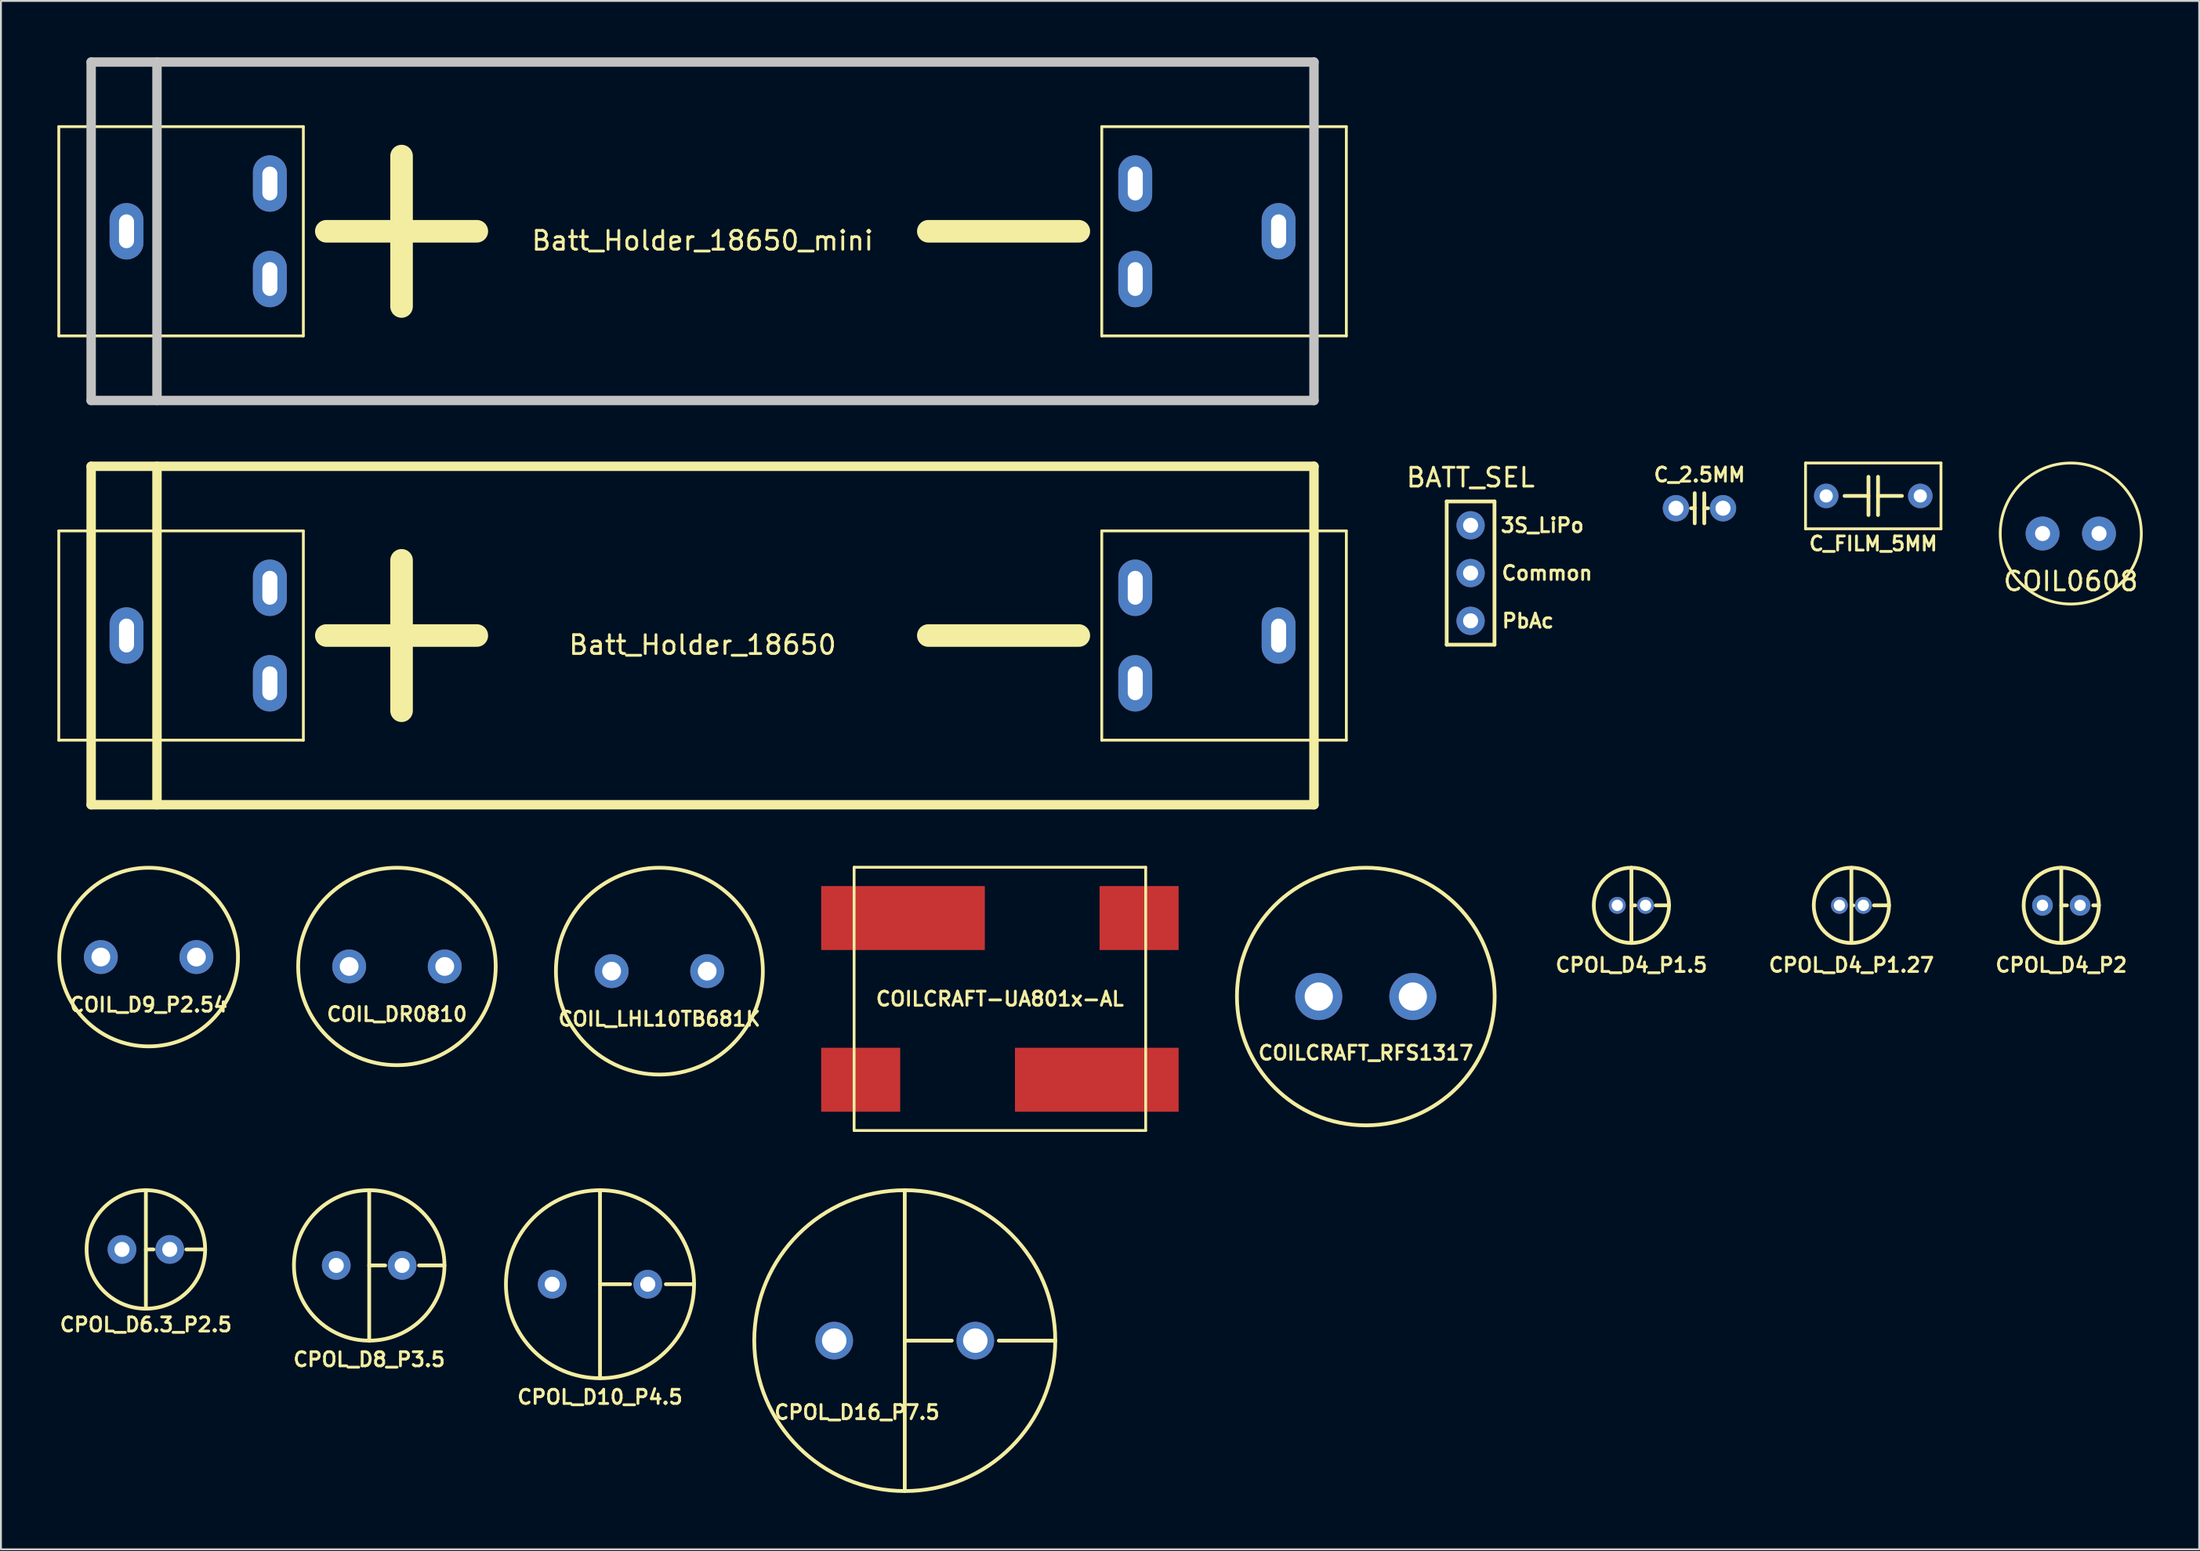
<source format=kicad_pcb>
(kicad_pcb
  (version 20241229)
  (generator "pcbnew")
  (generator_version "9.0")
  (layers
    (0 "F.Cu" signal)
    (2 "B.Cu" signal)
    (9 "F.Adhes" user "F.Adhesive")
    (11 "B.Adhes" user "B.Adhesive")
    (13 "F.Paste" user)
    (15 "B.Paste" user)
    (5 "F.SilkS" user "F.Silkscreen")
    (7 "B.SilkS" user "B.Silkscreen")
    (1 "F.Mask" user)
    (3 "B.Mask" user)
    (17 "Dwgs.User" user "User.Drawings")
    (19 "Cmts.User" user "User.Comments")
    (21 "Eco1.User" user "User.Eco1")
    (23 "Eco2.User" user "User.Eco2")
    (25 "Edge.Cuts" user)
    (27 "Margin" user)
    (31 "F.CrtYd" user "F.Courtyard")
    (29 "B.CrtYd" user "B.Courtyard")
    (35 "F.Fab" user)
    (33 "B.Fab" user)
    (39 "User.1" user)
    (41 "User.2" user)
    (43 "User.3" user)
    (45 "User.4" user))
  (footprint "CPOL_D6.3_P2.5"
    (layer "F.Cu")
    (at 4.704 63.4)
    (property "Reference" "CPOL_D6.3_P2.5" (at 0 4 0) (layer "F.SilkS") (effects (font (size 0.75 0.75) (thickness 0.15))))
    (attr through_hole)
    (fp_line (start 0 -3.15) (end 0 3.15) (stroke (width 0.2) (type solid)) (layer "F.SilkS"))
    (fp_line (start 0 0) (end 0.4 0) (stroke (width 0.2) (type solid)) (layer "F.SilkS"))
    (fp_line (start 3.15 0) (end 2.15 0) (stroke (width 0.2) (type solid)) (layer "F.SilkS"))
    (fp_circle (center 0 0) (end 3.15 0) (stroke (width 0.2) (type solid)) (fill no) (layer "F.SilkS"))
    (pad "1" thru_hole circle (at -1.27 0) (size 1.524 1.524) (drill 0.8) (layers "*.Cu" "*.Mask"))
    (pad "2" thru_hole circle (at 1.27 0) (size 1.524 1.524) (drill 0.8) (layers "*.Cu" "*.Mask")))
  (footprint "Batt_Holder_18650_mini"
    (layer "F.Cu")
    (at 34.295 9.25)
    (property "Reference" "Batt_Holder_18650_mini" (at 0 0.5 0) (layer "F.SilkS") (effects (font (size 1 1) (thickness 0.15))))
    (attr through_hole)
    (fp_line (start -34.22 -5.565) (end -21.22 -5.565) (stroke (width 0.15) (type solid)) (layer "F.SilkS"))
    (fp_line (start -34.22 5.565) (end -34.22 -5.565) (stroke (width 0.15) (type solid)) (layer "F.SilkS"))
    (fp_line (start -21.22 -5.565) (end -21.22 5.565) (stroke (width 0.15) (type solid)) (layer "F.SilkS"))
    (fp_line (start -21.22 5.565) (end -34.22 5.565) (stroke (width 0.15) (type solid)) (layer "F.SilkS"))
    (fp_line (start -20 0) (end -12 0) (stroke (width 1.2) (type solid)) (layer "F.SilkS"))
    (fp_line (start -16 -4) (end -16 4) (stroke (width 1.2) (type solid)) (layer "F.SilkS"))
    (fp_line (start 12 0) (end 20 0) (stroke (width 1.2) (type solid)) (layer "F.SilkS"))
    (fp_line (start 21.22 -5.565) (end 21.22 5.565) (stroke (width 0.15) (type solid)) (layer "F.SilkS"))
    (fp_line (start 34.22 -5.565) (end 21.22 -5.565) (stroke (width 0.15) (type solid)) (layer "F.SilkS"))
    (fp_line (start 34.22 -5.565) (end 34.22 5.565) (stroke (width 0.15) (type solid)) (layer "F.SilkS"))
    (fp_line (start 34.22 5.565) (end 21.22 5.565) (stroke (width 0.15) (type solid)) (layer "F.SilkS"))
    (fp_line (start -32.5 -9) (end 32.5 -9) (stroke (width 0.5) (type solid)) (layer "Dwgs.User"))
    (fp_line (start -32.5 9) (end -32.5 -9) (stroke (width 0.5) (type solid)) (layer "Dwgs.User"))
    (fp_line (start -29 -9) (end -29 9) (stroke (width 0.5) (type solid)) (layer "Dwgs.User"))
    (fp_line (start 32.5 -9) (end 32.5 9) (stroke (width 0.5) (type solid)) (layer "Dwgs.User"))
    (fp_line (start 32.5 9) (end -32.5 9) (stroke (width 0.5) (type solid)) (layer "Dwgs.User"))
    (pad "1" thru_hole oval (at -30.62 0) (size 1.8 3) (drill oval 0.8 1.8) (layers "*.Cu" "*.Mask"))
    (pad "1" thru_hole oval (at -23 -2.54) (size 1.8 3) (drill oval 0.8 1.8) (layers "*.Cu" "*.Mask"))
    (pad "1" thru_hole oval (at -23 2.54) (size 1.8 3) (drill oval 0.8 1.8) (layers "*.Cu" "*.Mask"))
    (pad "2" thru_hole oval (at 23 -2.54) (size 1.8 3) (drill oval 0.8 1.8) (layers "*.Cu" "*.Mask"))
    (pad "2" thru_hole oval (at 23 2.54) (size 1.8 3) (drill oval 0.8 1.8) (layers "*.Cu" "*.Mask"))
    (pad "2" thru_hole oval (at 30.62 0) (size 1.8 3) (drill oval 0.8 1.8) (layers "*.Cu" "*.Mask")))
  (footprint "CPOL_D16_P7.5"
    (layer "F.Cu")
    (at 45.043 68.25)
    (property "Reference" "CPOL_D16_P7.5" (at -2.54 3.81 0) (layer "F.SilkS") (effects (font (size 0.75 0.75) (thickness 0.15))))
    (attr through_hole)
    (fp_line (start 0 -8) (end 0 8) (stroke (width 0.2) (type solid)) (layer "F.SilkS"))
    (fp_line (start 0 0) (end 2.5 0) (stroke (width 0.2) (type solid)) (layer "F.SilkS"))
    (fp_line (start 8 0) (end 5 0) (stroke (width 0.2) (type solid)) (layer "F.SilkS"))
    (fp_circle (center 0 0) (end 8 0) (stroke (width 0.2) (type solid)) (fill no) (layer "F.SilkS"))
    (pad "1" thru_hole circle (at -3.75 0) (size 2 2) (drill 1.3) (layers "*.Cu" "*.Mask"))
    (pad "2" thru_hole circle (at 3.75 0) (size 2 2) (drill 1.3) (layers "*.Cu" "*.Mask")))
  (footprint "COILCRAFT-UA801x-AL"
    (layer "F.Cu")
    (at 50.1 50.075)
    (property "Reference" "COILCRAFT-UA801x-AL" (at 0 0 0) (layer "F.SilkS") (effects (font (size 0.75 0.75) (thickness 0.15))))
    (attr through_hole)
    (fp_line (start -7.75 -7) (end 7.75 -7) (stroke (width 0.15) (type solid)) (layer "F.SilkS"))
    (fp_line (start -7.75 7) (end -7.75 -7) (stroke (width 0.15) (type solid)) (layer "F.SilkS"))
    (fp_line (start 7.75 -7) (end 7.75 7) (stroke (width 0.15) (type solid)) (layer "F.SilkS"))
    (fp_line (start 7.75 7) (end -7.75 7) (stroke (width 0.15) (type solid)) (layer "F.SilkS"))
    (pad "1" smd rect (at -5.15 -4.3) (size 8.7 3.4) (layers "F.Cu" "F.Mask" "F.Paste"))
    (pad "2" smd rect (at -7.4 4.3) (size 4.2 3.4) (layers "F.Cu" "F.Mask" "F.Paste"))
    (pad "3" smd rect (at 5.15 4.3) (size 8.7 3.4) (layers "F.Cu" "F.Mask" "F.Paste"))
    (pad "4" smd rect (at 7.4 -4.3) (size 4.2 3.4) (layers "F.Cu" "F.Mask" "F.Paste")))
  (footprint "COIL_LHL10TB681K"
    (layer "F.Cu")
    (at 32 48.6)
    (property "Reference" "COIL_LHL10TB681K" (at 0 2.54 0) (layer "F.SilkS") (effects (font (size 0.75 0.75) (thickness 0.15))))
    (attr through_hole)
    (fp_circle (center 0 0) (end 5.5 0) (stroke (width 0.2) (type solid)) (fill no) (layer "F.SilkS"))
    (pad "1" thru_hole circle (at -2.54 0) (size 1.8 1.8) (drill 1) (layers "*.Cu" "*.Mask"))
    (pad "2" thru_hole circle (at 2.54 0) (size 1.8 1.8) (drill 1) (layers "*.Cu" "*.Mask")))
  (footprint "Batt_Holder_18650"
    (layer "F.Cu")
    (at 34.295 30.75)
    (property "Reference" "Batt_Holder_18650" (at 0 0.5 0) (layer "F.SilkS") (effects (font (size 1 1) (thickness 0.15))))
    (attr through_hole)
    (fp_line (start -34.22 -5.565) (end -21.22 -5.565) (stroke (width 0.15) (type solid)) (layer "F.SilkS"))
    (fp_line (start -34.22 5.565) (end -34.22 -5.565) (stroke (width 0.15) (type solid)) (layer "F.SilkS"))
    (fp_line (start -32.5 -9) (end 32.5 -9) (stroke (width 0.5) (type solid)) (layer "F.SilkS"))
    (fp_line (start -32.5 9) (end -32.5 -9) (stroke (width 0.5) (type solid)) (layer "F.SilkS"))
    (fp_line (start -29 -9) (end -29 9) (stroke (width 0.5) (type solid)) (layer "F.SilkS"))
    (fp_line (start -21.22 -5.565) (end -21.22 5.565) (stroke (width 0.15) (type solid)) (layer "F.SilkS"))
    (fp_line (start -21.22 5.565) (end -34.22 5.565) (stroke (width 0.15) (type solid)) (layer "F.SilkS"))
    (fp_line (start -20 0) (end -12 0) (stroke (width 1.2) (type solid)) (layer "F.SilkS"))
    (fp_line (start -16 -4) (end -16 4) (stroke (width 1.2) (type solid)) (layer "F.SilkS"))
    (fp_line (start 12 0) (end 20 0) (stroke (width 1.2) (type solid)) (layer "F.SilkS"))
    (fp_line (start 21.22 -5.565) (end 21.22 5.565) (stroke (width 0.15) (type solid)) (layer "F.SilkS"))
    (fp_line (start 32.5 -9) (end 32.5 9) (stroke (width 0.5) (type solid)) (layer "F.SilkS"))
    (fp_line (start 32.5 9) (end -32.5 9) (stroke (width 0.5) (type solid)) (layer "F.SilkS"))
    (fp_line (start 34.22 -5.565) (end 21.22 -5.565) (stroke (width 0.15) (type solid)) (layer "F.SilkS"))
    (fp_line (start 34.22 -5.565) (end 34.22 5.565) (stroke (width 0.15) (type solid)) (layer "F.SilkS"))
    (fp_line (start 34.22 5.565) (end 21.22 5.565) (stroke (width 0.15) (type solid)) (layer "F.SilkS"))
    (pad "1" thru_hole oval (at -30.62 0) (size 1.8 3) (drill oval 0.8 1.8) (layers "*.Cu" "*.Mask"))
    (pad "1" thru_hole oval (at -23 -2.54) (size 1.8 3) (drill oval 0.8 1.8) (layers "*.Cu" "*.Mask"))
    (pad "1" thru_hole oval (at -23 2.54) (size 1.8 3) (drill oval 0.8 1.8) (layers "*.Cu" "*.Mask"))
    (pad "2" thru_hole oval (at 23 -2.54) (size 1.8 3) (drill oval 0.8 1.8) (layers "*.Cu" "*.Mask"))
    (pad "2" thru_hole oval (at 23 2.54) (size 1.8 3) (drill oval 0.8 1.8) (layers "*.Cu" "*.Mask"))
    (pad "2" thru_hole oval (at 30.62 0) (size 1.8 3) (drill oval 0.8 1.8) (layers "*.Cu" "*.Mask")))
  (footprint "BATT_SEL"
    (layer "F.Cu")
    (at 75.12 27.428)
    (property "Reference" "BATT_SEL" (at 0 -5.08 0) (layer "F.SilkS") (effects (font (size 1 1) (thickness 0.15))))
    (attr through_hole)
    (fp_line (start -1.27 -3.81) (end -1.27 3.81) (stroke (width 0.2) (type solid)) (layer "F.SilkS"))
    (fp_line (start -1.27 -3.81) (end 1.27 -3.81) (stroke (width 0.2) (type solid)) (layer "F.SilkS"))
    (fp_line (start 1.27 -3.81) (end 1.27 3.81) (stroke (width 0.2) (type solid)) (layer "F.SilkS"))
    (fp_line (start 1.27 3.81) (end -1.27 3.81) (stroke (width 0.2) (type solid)) (layer "F.SilkS"))
    (fp_text user "PbAc" (at 3.048 2.54 0) (layer "F.SilkS") (effects (font (size 0.75 0.75) (thickness 0.15))))
    (fp_text user "3S_LiPo" (at 3.81 -2.54 0) (layer "F.SilkS") (effects (font (size 0.75 0.75) (thickness 0.15))))
    (fp_text user "Common" (at 4.064 0 0) (layer "F.SilkS") (effects (font (size 0.75 0.75) (thickness 0.15))))
    (pad "1" thru_hole circle (at 0 -2.54) (size 1.5 1.5) (drill 0.8) (layers "*.Cu" "*.Mask"))
    (pad "2" thru_hole circle (at 0 0) (size 1.5 1.5) (drill 0.8) (layers "*.Cu" "*.Mask"))
    (pad "3" thru_hole circle (at 0 2.54) (size 1.5 1.5) (drill 0.8) (layers "*.Cu" "*.Mask")))
  (footprint "CPOL_D10_P4.5"
    (layer "F.Cu")
    (at 28.843 65.25)
    (property "Reference" "CPOL_D10_P4.5" (at 0 6 0) (layer "F.SilkS") (effects (font (size 0.75 0.75) (thickness 0.15))))
    (attr through_hole)
    (fp_line (start 0 -5) (end 0 5) (stroke (width 0.2) (type solid)) (layer "F.SilkS"))
    (fp_line (start 0 0) (end 1.6 0) (stroke (width 0.2) (type solid)) (layer "F.SilkS"))
    (fp_line (start 5 0) (end 3.5 0) (stroke (width 0.2) (type solid)) (layer "F.SilkS"))
    (fp_circle (center 0 0) (end 5 0) (stroke (width 0.2) (type solid)) (fill no) (layer "F.SilkS"))
    (pad "1" thru_hole circle (at -2.54 0) (size 1.524 1.524) (drill 0.8) (layers "*.Cu" "*.Mask"))
    (pad "2" thru_hole circle (at 2.54 0) (size 1.524 1.524) (drill 0.8) (layers "*.Cu" "*.Mask")))
  (footprint "COIL_D9_P2.54"
    (layer "F.Cu")
    (at 4.85 47.85)
    (property "Reference" "COIL_D9_P2.54" (at 0 2.54 0) (layer "F.SilkS") (effects (font (size 0.75 0.75) (thickness 0.15))))
    (attr through_hole)
    (fp_circle (center 0 0) (end 4.75 0) (stroke (width 0.2) (type solid)) (fill no) (layer "F.SilkS"))
    (pad "1" thru_hole circle (at -2.54 0) (size 1.8 1.8) (drill 1) (layers "*.Cu" "*.Mask"))
    (pad "2" thru_hole circle (at 2.54 0) (size 1.8 1.8) (drill 1) (layers "*.Cu" "*.Mask")))
  (footprint "C_2.5MM"
    (layer "F.Cu")
    (at 87.287 23.98)
    (property "Reference" "C_2.5MM" (at 0 -1.778 0) (layer "F.SilkS") (effects (font (size 0.75 0.75) (thickness 0.15))))
    (attr through_hole)
    (fp_line (start -0.254 -0.8) (end -0.254 0.8) (stroke (width 0.2) (type solid)) (layer "F.SilkS"))
    (fp_line (start -0.254 0) (end -0.45 0) (stroke (width 0.2) (type solid)) (layer "F.SilkS"))
    (fp_line (start 0.254 -0.8) (end 0.254 0.8) (stroke (width 0.2) (type solid)) (layer "F.SilkS"))
    (fp_line (start 0.254 0) (end 0.45 0) (stroke (width 0.2) (type solid)) (layer "F.SilkS"))
    (pad "1" thru_hole circle (at -1.25 0) (size 1.4 1.4) (drill 0.8) (layers "*.Cu" "*.Mask"))
    (pad "2" thru_hole circle (at 1.25 0) (size 1.4 1.4) (drill 0.8) (layers "*.Cu" "*.Mask")))
  (footprint "CPOL_D4_P2"
    (layer "F.Cu")
    (at 106.518 45.1)
    (property "Reference" "CPOL_D4_P2" (at 0 3.175 0) (layer "F.SilkS") (effects (font (size 0.75 0.75) (thickness 0.15))))
    (attr through_hole)
    (fp_line (start 0 -2) (end 0 2) (stroke (width 0.2) (type solid)) (layer "F.SilkS"))
    (fp_line (start 0 0) (end 0.3 0) (stroke (width 0.2) (type solid)) (layer "F.SilkS"))
    (fp_line (start 1.7 0) (end 2 0) (stroke (width 0.2) (type solid)) (layer "F.SilkS"))
    (fp_circle (center 0 0) (end 2 0) (stroke (width 0.2) (type solid)) (fill no) (layer "F.SilkS"))
    (pad "1" thru_hole circle (at -1 0) (size 1.1 1.1) (drill 0.6) (layers "*.Cu" "*.Mask"))
    (pad "2" thru_hole circle (at 1 0) (size 1.1 1.1) (drill 0.6) (layers "*.Cu" "*.Mask")))
  (footprint "CPOL_D8_P3.5"
    (layer "F.Cu")
    (at 16.575 64.25)
    (property "Reference" "CPOL_D8_P3.5" (at 0 5 0) (layer "F.SilkS") (effects (font (size 0.75 0.75) (thickness 0.15))))
    (attr through_hole)
    (fp_line (start 0 -4) (end 0 4) (stroke (width 0.2) (type solid)) (layer "F.SilkS"))
    (fp_line (start 0 0) (end 0.85 0) (stroke (width 0.2) (type solid)) (layer "F.SilkS"))
    (fp_line (start 4 0) (end 2.65 0) (stroke (width 0.2) (type solid)) (layer "F.SilkS"))
    (fp_circle (center 0 0) (end 4 0) (stroke (width 0.2) (type solid)) (fill no) (layer "F.SilkS"))
    (pad "1" thru_hole circle (at -1.75 0) (size 1.524 1.524) (drill 0.8) (layers "*.Cu" "*.Mask"))
    (pad "2" thru_hole circle (at 1.75 0) (size 1.524 1.524) (drill 0.8) (layers "*.Cu" "*.Mask")))
  (footprint "CPOL_D4_P1.27"
    (layer "F.Cu")
    (at 95.361 45.1)
    (property "Reference" "CPOL_D4_P1.27" (at 0 3.175 0) (layer "F.SilkS") (effects (font (size 0.75 0.75) (thickness 0.15))))
    (attr through_hole)
    (fp_line (start 0 -2) (end 0 2) (stroke (width 0.2) (type solid)) (layer "F.SilkS"))
    (fp_line (start 0 0) (end 0.1 0) (stroke (width 0.2) (type solid)) (layer "F.SilkS"))
    (fp_line (start 1.2 0) (end 2 0) (stroke (width 0.2) (type solid)) (layer "F.SilkS"))
    (fp_circle (center 0 0) (end 2 0) (stroke (width 0.2) (type solid)) (fill no) (layer "F.SilkS"))
    (pad "1" thru_hole circle (at -0.635 0) (size 0.9 0.9) (drill 0.6) (layers "*.Cu" "*.Mask"))
    (pad "2" thru_hole circle (at 0.635 0) (size 0.9 0.9) (drill 0.6) (layers "*.Cu" "*.Mask")))
  (footprint "COIL_DR0810"
    (layer "F.Cu")
    (at 18.05 48.35)
    (property "Reference" "COIL_DR0810" (at 0 2.54 0) (layer "F.SilkS") (effects (font (size 0.75 0.75) (thickness 0.15))))
    (attr through_hole)
    (fp_circle (center 0 0) (end 5.25 0) (stroke (width 0.2) (type solid)) (fill no) (layer "F.SilkS"))
    (pad "1" thru_hole circle (at -2.54 0) (size 1.8 1.8) (drill 1) (layers "*.Cu" "*.Mask"))
    (pad "2" thru_hole circle (at 2.54 0) (size 1.8 1.8) (drill 1) (layers "*.Cu" "*.Mask")))
  (footprint "C_FILM_5MM"
    (layer "F.Cu")
    (at 96.523 23.325)
    (property "Reference" "C_FILM_5MM" (at 0 2.54 0) (layer "F.SilkS") (effects (font (size 0.75 0.75) (thickness 0.15))))
    (attr through_hole)
    (fp_line (start -3.6 -1.75) (end -3.6 1.75) (stroke (width 0.15) (type solid)) (layer "F.SilkS"))
    (fp_line (start -3.6 1.75) (end 3.6 1.75) (stroke (width 0.15) (type solid)) (layer "F.SilkS"))
    (fp_line (start -0.254 -1.016) (end -0.254 1.016) (stroke (width 0.2) (type solid)) (layer "F.SilkS"))
    (fp_line (start -0.254 0) (end -1.524 0) (stroke (width 0.2) (type solid)) (layer "F.SilkS"))
    (fp_line (start 0.254 -1.016) (end 0.254 1.016) (stroke (width 0.2) (type solid)) (layer "F.SilkS"))
    (fp_line (start 0.254 0) (end 1.524 0) (stroke (width 0.2) (type solid)) (layer "F.SilkS"))
    (fp_line (start 3.6 -1.75) (end -3.6 -1.75) (stroke (width 0.15) (type solid)) (layer "F.SilkS"))
    (fp_line (start 3.6 1.75) (end 3.6 -1.75) (stroke (width 0.15) (type solid)) (layer "F.SilkS"))
    (pad "1" thru_hole circle (at -2.5 0) (size 1.3 1.3) (drill 0.7) (layers "*.Cu" "*.Mask"))
    (pad "2" thru_hole circle (at 2.5 0) (size 1.3 1.3) (drill 0.7) (layers "*.Cu" "*.Mask")))
  (footprint "COIL0608"
    (layer "F.Cu")
    (at 107.023 25.325)
    (property "Reference" "COIL0608" (at 0 2.54 0) (layer "F.SilkS") (effects (font (size 1 1) (thickness 0.15))))
    (attr through_hole)
    (fp_circle (center 0 0) (end 0 3.75) (stroke (width 0.15) (type solid)) (fill no) (layer "F.SilkS"))
    (pad "1" thru_hole circle (at 1.5 0) (size 1.8 1.8) (drill 0.8) (layers "*.Cu" "*.Mask"))
    (pad "2" thru_hole circle (at -1.5 0) (size 1.8 1.8) (drill 0.8) (layers "*.Cu" "*.Mask")))
  (footprint "COILCRAFT_RFS1317"
    (layer "F.Cu")
    (at 69.55 49.95)
    (property "Reference" "COILCRAFT_RFS1317" (at 0 3 0) (layer "F.SilkS") (effects (font (size 0.75 0.75) (thickness 0.15))))
    (attr through_hole)
    (fp_circle (center 0 0) (end 6.85 0) (stroke (width 0.2) (type solid)) (fill no) (layer "F.SilkS"))
    (pad "1" thru_hole circle (at -2.5 0) (size 2.5 2.5) (drill 1.5) (layers "*.Cu" "*.Mask"))
    (pad "2" thru_hole circle (at 2.5 0) (size 2.5 2.5) (drill 1.5) (layers "*.Cu" "*.Mask")))
  (footprint "CPOL_D4_P1.5"
    (layer "F.Cu")
    (at 83.668 45.1)
    (property "Reference" "CPOL_D4_P1.5" (at 0 3.175 0) (layer "F.SilkS") (effects (font (size 0.75 0.75) (thickness 0.15))))
    (attr through_hole)
    (fp_line (start 0 -2) (end 0 2) (stroke (width 0.2) (type solid)) (layer "F.SilkS"))
    (fp_line (start 0 0) (end 0.2 0) (stroke (width 0.2) (type solid)) (layer "F.SilkS"))
    (fp_line (start 1.3 0) (end 2 0) (stroke (width 0.2) (type solid)) (layer "F.SilkS"))
    (fp_circle (center 0 0) (end 2 0) (stroke (width 0.2) (type solid)) (fill no) (layer "F.SilkS"))
    (pad "1" thru_hole circle (at -0.75 0) (size 0.9 0.9) (drill 0.6) (layers "*.Cu" "*.Mask"))
    (pad "2" thru_hole circle (at 0.75 0) (size 0.9 0.9) (drill 0.6) (layers "*.Cu" "*.Mask")))
  (gr_rect
    (start -3 -3)
    (end 113.848 79.35)
    (stroke (width 0.1) (type default))
    (fill no)
    (layer "Edge.Cuts")))
</source>
